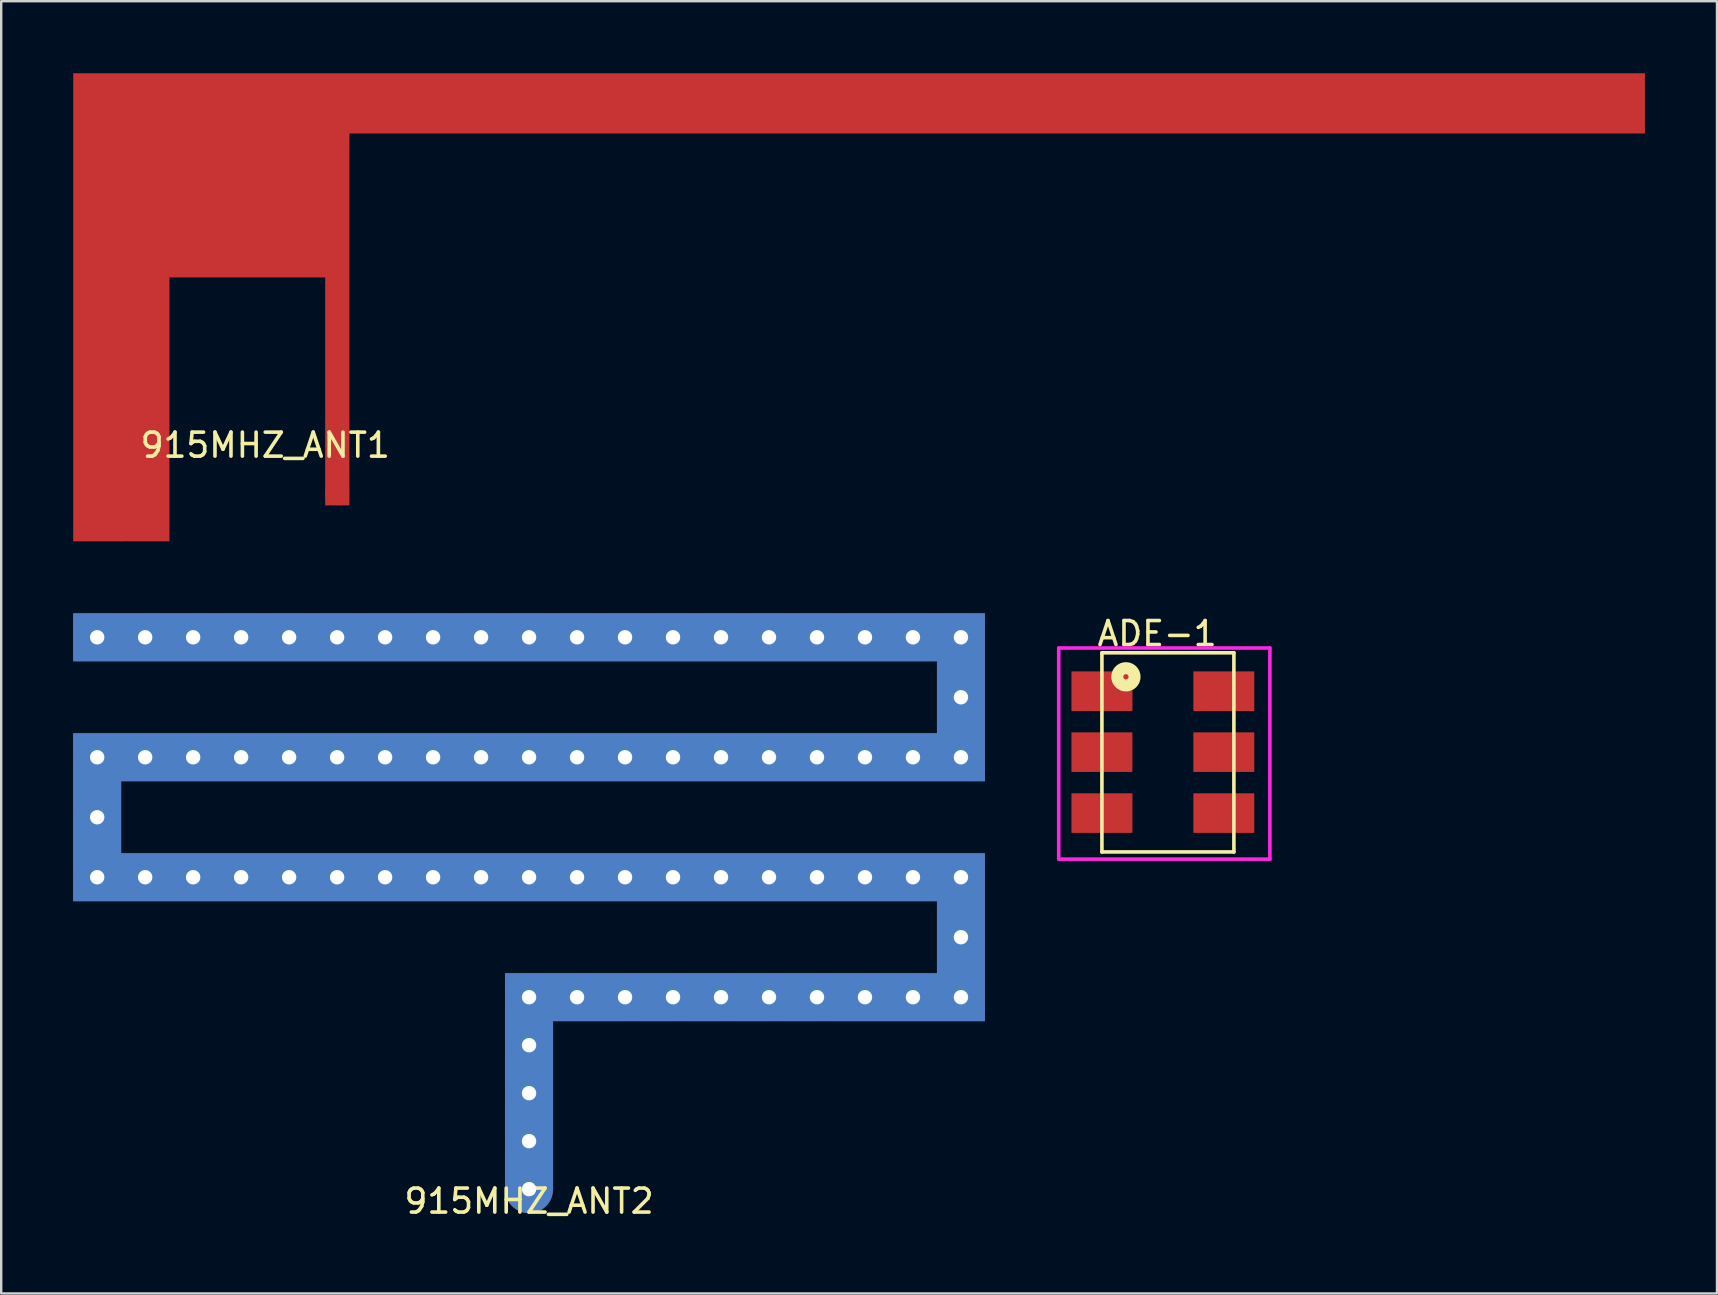
<source format=kicad_pcb>
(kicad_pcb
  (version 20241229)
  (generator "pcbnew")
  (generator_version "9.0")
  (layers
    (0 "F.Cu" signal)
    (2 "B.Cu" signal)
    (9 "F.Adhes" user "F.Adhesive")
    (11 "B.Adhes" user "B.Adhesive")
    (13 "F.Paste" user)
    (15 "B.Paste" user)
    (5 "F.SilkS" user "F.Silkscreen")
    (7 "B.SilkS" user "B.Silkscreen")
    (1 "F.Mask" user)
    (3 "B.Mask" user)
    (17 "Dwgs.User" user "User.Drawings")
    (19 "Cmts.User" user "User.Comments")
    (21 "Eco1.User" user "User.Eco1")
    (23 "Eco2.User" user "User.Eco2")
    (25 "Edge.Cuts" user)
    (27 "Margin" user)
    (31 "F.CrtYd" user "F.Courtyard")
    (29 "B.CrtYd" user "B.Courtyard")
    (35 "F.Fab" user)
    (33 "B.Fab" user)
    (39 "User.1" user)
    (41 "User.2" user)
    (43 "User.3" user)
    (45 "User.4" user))
  (footprint "915MHZ_ANT1"
    (layer "F.Cu")
    (at 11.005 19.005)
    (property "Reference" "915MHZ_ANT1" (at -3 -3.5 0) (layer "F.SilkS") (effects (font (size 1 1) (thickness 0.15))))
    (attr through_hole)
    (fp_poly (pts (xy -11 -19) (xy -11 0.5) (xy -7 0.5) (xy -7 -10.5) (xy -0.5 -10.5) (xy -0.5 -1) (xy 0.5 -1) (xy 0.5 -16.5) (xy 54.5 -16.5) (xy 54.5 -19)) (stroke (width 0.01) (type solid)) (fill yes) (layer "F.Cu"))
    (pad "1" smd circle (at 0 -1.5) (size 1 1) (layers "F.Cu" "F.Mask" "F.Paste"))
    (pad "2" smd circle (at -9 0) (size 1 1) (layers "F.Cu" "F.Mask" "F.Paste")))
  (footprint "915MHZ_ANT2"
    (layer "F.Cu")
    (at 19 46.511)
    (property "Reference" "915MHZ_ANT2" (at 0 0.5 0) (layer "F.SilkS") (effects (font (size 1 1) (thickness 0.15))))
    (attr through_hole)
    (fp_poly (pts (xy 0 0) (xy 1 0) (xy 1 -7) (xy 19 -7) (xy 19 -14) (xy -17 -14) (xy -17 -17) (xy 19 -17) (xy 19 -24) (xy -19 -24) (xy -19 -22) (xy 17 -22) (xy 17 -19) (xy -19 -19) (xy -19 -12) (xy 17 -12) (xy 17 -9) (xy -1 -9) (xy -1 0)) (stroke (width 0.001) (type solid)) (fill yes) (layer "F.Cu"))
    (fp_poly (pts (xy 0 0) (xy 1 0) (xy 1 -7) (xy 19 -7) (xy 19 -14) (xy -17 -14) (xy -17 -17) (xy 19 -17) (xy 19 -24) (xy -19 -24) (xy -19 -22) (xy 17 -22) (xy 17 -19) (xy -19 -19) (xy -19 -12) (xy 17 -12) (xy 17 -9) (xy -1 -9) (xy -1 0)) (stroke (width 0.001) (type solid)) (fill yes) (layer "B.Cu"))
    (pad "1" thru_hole circle (at -18 -23) (size 1 1) (drill 0.6) (layers "*.Cu"))
    (pad "1" thru_hole circle (at -18 -18) (size 1 1) (drill 0.6) (layers "*.Cu"))
    (pad "1" thru_hole circle (at -18 -15.5) (size 1 1) (drill 0.6) (layers "*.Cu"))
    (pad "1" thru_hole circle (at -18 -13) (size 1 1) (drill 0.6) (layers "*.Cu"))
    (pad "1" thru_hole circle (at -16 -23) (size 1 1) (drill 0.6) (layers "*.Cu"))
    (pad "1" thru_hole circle (at -16 -18) (size 1 1) (drill 0.6) (layers "*.Cu"))
    (pad "1" thru_hole circle (at -16 -13) (size 1 1) (drill 0.6) (layers "*.Cu"))
    (pad "1" thru_hole circle (at -14 -23) (size 1 1) (drill 0.6) (layers "*.Cu"))
    (pad "1" thru_hole circle (at -14 -18) (size 1 1) (drill 0.6) (layers "*.Cu"))
    (pad "1" thru_hole circle (at -14 -13) (size 1 1) (drill 0.6) (layers "*.Cu"))
    (pad "1" thru_hole circle (at -12 -23) (size 1 1) (drill 0.6) (layers "*.Cu"))
    (pad "1" thru_hole circle (at -12 -18) (size 1 1) (drill 0.6) (layers "*.Cu"))
    (pad "1" thru_hole circle (at -12 -13) (size 1 1) (drill 0.6) (layers "*.Cu"))
    (pad "1" thru_hole circle (at -10 -23) (size 1 1) (drill 0.6) (layers "*.Cu"))
    (pad "1" thru_hole circle (at -10 -18) (size 1 1) (drill 0.6) (layers "*.Cu"))
    (pad "1" thru_hole circle (at -10 -13) (size 1 1) (drill 0.6) (layers "*.Cu"))
    (pad "1" thru_hole circle (at -8 -23) (size 1 1) (drill 0.6) (layers "*.Cu"))
    (pad "1" thru_hole circle (at -8 -18) (size 1 1) (drill 0.6) (layers "*.Cu"))
    (pad "1" thru_hole circle (at -8 -13) (size 1 1) (drill 0.6) (layers "*.Cu"))
    (pad "1" thru_hole circle (at -6 -23) (size 1 1) (drill 0.6) (layers "*.Cu"))
    (pad "1" thru_hole circle (at -6 -18) (size 1 1) (drill 0.6) (layers "*.Cu"))
    (pad "1" thru_hole circle (at -6 -13) (size 1 1) (drill 0.6) (layers "*.Cu"))
    (pad "1" thru_hole circle (at -4 -23) (size 1 1) (drill 0.6) (layers "*.Cu"))
    (pad "1" thru_hole circle (at -4 -18) (size 1 1) (drill 0.6) (layers "*.Cu"))
    (pad "1" thru_hole circle (at -4 -13) (size 1 1) (drill 0.6) (layers "*.Cu"))
    (pad "1" thru_hole circle (at -2 -23) (size 1 1) (drill 0.6) (layers "*.Cu"))
    (pad "1" thru_hole circle (at -2 -18) (size 1 1) (drill 0.6) (layers "*.Cu"))
    (pad "1" thru_hole circle (at -2 -13) (size 1 1) (drill 0.6) (layers "*.Cu"))
    (pad "1" thru_hole circle (at 0 -23) (size 1 1) (drill 0.6) (layers "*.Cu"))
    (pad "1" thru_hole circle (at 0 -18) (size 1 1) (drill 0.6) (layers "*.Cu"))
    (pad "1" thru_hole circle (at 0 -13) (size 1 1) (drill 0.6) (layers "*.Cu"))
    (pad "1" thru_hole circle (at 0 -8) (size 1 1) (drill 0.6) (layers "*.Cu"))
    (pad "1" thru_hole circle (at 0 -6) (size 1 1) (drill 0.6) (layers "*.Cu"))
    (pad "1" thru_hole circle (at 0 -4) (size 1 1) (drill 0.6) (layers "*.Cu"))
    (pad "1" thru_hole circle (at 0 -2) (size 1 1) (drill 0.6) (layers "*.Cu"))
    (pad "1" thru_hole circle (at 0 0) (size 2 2) (drill 0.6) (layers "*.Cu" "*.Mask"))
    (pad "1" thru_hole circle (at 2 -23) (size 1 1) (drill 0.6) (layers "*.Cu"))
    (pad "1" thru_hole circle (at 2 -18) (size 1 1) (drill 0.6) (layers "*.Cu"))
    (pad "1" thru_hole circle (at 2 -13) (size 1 1) (drill 0.6) (layers "*.Cu"))
    (pad "1" thru_hole circle (at 2 -8) (size 1 1) (drill 0.6) (layers "*.Cu"))
    (pad "1" thru_hole circle (at 4 -23) (size 1 1) (drill 0.6) (layers "*.Cu"))
    (pad "1" thru_hole circle (at 4 -18) (size 1 1) (drill 0.6) (layers "*.Cu"))
    (pad "1" thru_hole circle (at 4 -13) (size 1 1) (drill 0.6) (layers "*.Cu"))
    (pad "1" thru_hole circle (at 4 -8) (size 1 1) (drill 0.6) (layers "*.Cu"))
    (pad "1" thru_hole circle (at 6 -23) (size 1 1) (drill 0.6) (layers "*.Cu"))
    (pad "1" thru_hole circle (at 6 -18) (size 1 1) (drill 0.6) (layers "*.Cu"))
    (pad "1" thru_hole circle (at 6 -13) (size 1 1) (drill 0.6) (layers "*.Cu"))
    (pad "1" thru_hole circle (at 6 -8) (size 1 1) (drill 0.6) (layers "*.Cu"))
    (pad "1" thru_hole circle (at 8 -23) (size 1 1) (drill 0.6) (layers "*.Cu"))
    (pad "1" thru_hole circle (at 8 -18) (size 1 1) (drill 0.6) (layers "*.Cu"))
    (pad "1" thru_hole circle (at 8 -13) (size 1 1) (drill 0.6) (layers "*.Cu"))
    (pad "1" thru_hole circle (at 8 -8) (size 1 1) (drill 0.6) (layers "*.Cu"))
    (pad "1" thru_hole circle (at 10 -23) (size 1 1) (drill 0.6) (layers "*.Cu"))
    (pad "1" thru_hole circle (at 10 -18) (size 1 1) (drill 0.6) (layers "*.Cu"))
    (pad "1" thru_hole circle (at 10 -13) (size 1 1) (drill 0.6) (layers "*.Cu"))
    (pad "1" thru_hole circle (at 10 -8) (size 1 1) (drill 0.6) (layers "*.Cu"))
    (pad "1" thru_hole circle (at 12 -23) (size 1 1) (drill 0.6) (layers "*.Cu"))
    (pad "1" thru_hole circle (at 12 -18) (size 1 1) (drill 0.6) (layers "*.Cu"))
    (pad "1" thru_hole circle (at 12 -13) (size 1 1) (drill 0.6) (layers "*.Cu"))
    (pad "1" thru_hole circle (at 12 -8) (size 1 1) (drill 0.6) (layers "*.Cu"))
    (pad "1" thru_hole circle (at 14 -23) (size 1 1) (drill 0.6) (layers "*.Cu"))
    (pad "1" thru_hole circle (at 14 -18) (size 1 1) (drill 0.6) (layers "*.Cu"))
    (pad "1" thru_hole circle (at 14 -13) (size 1 1) (drill 0.6) (layers "*.Cu"))
    (pad "1" thru_hole circle (at 14 -8) (size 1 1) (drill 0.6) (layers "*.Cu"))
    (pad "1" thru_hole circle (at 16 -23) (size 1 1) (drill 0.6) (layers "*.Cu"))
    (pad "1" thru_hole circle (at 16 -18) (size 1 1) (drill 0.6) (layers "*.Cu"))
    (pad "1" thru_hole circle (at 16 -13) (size 1 1) (drill 0.6) (layers "*.Cu"))
    (pad "1" thru_hole circle (at 16 -8) (size 1 1) (drill 0.6) (layers "*.Cu"))
    (pad "1" thru_hole circle (at 18 -23) (size 1 1) (drill 0.6) (layers "*.Cu"))
    (pad "1" thru_hole circle (at 18 -20.5) (size 1 1) (drill 0.6) (layers "*.Cu"))
    (pad "1" thru_hole circle (at 18 -18) (size 1 1) (drill 0.6) (layers "*.Cu"))
    (pad "1" thru_hole circle (at 18 -13) (size 1 1) (drill 0.6) (layers "*.Cu"))
    (pad "1" thru_hole circle (at 18 -10.5) (size 1 1) (drill 0.6) (layers "*.Cu"))
    (pad "1" thru_hole circle (at 18 -8) (size 1 1) (drill 0.6) (layers "*.Cu")))
  (footprint "ADE-1"
    (layer "F.Cu")
    (at 42.876 25.758)
    (property "Reference" "ADE-1" (at 2.3 -2.4 0) (layer "F.SilkS") (effects (font (size 1 1) (thickness 0.15))))
    (attr through_hole)
    (fp_line (start 0 -1.6) (end 5.5 -1.6) (stroke (width 0.15) (type solid)) (layer "F.SilkS"))
    (fp_line (start 0 6.7) (end 0 -1.6) (stroke (width 0.15) (type solid)) (layer "F.SilkS"))
    (fp_line (start 5.5 -1.6) (end 5.5 6.7) (stroke (width 0.15) (type solid)) (layer "F.SilkS"))
    (fp_line (start 5.5 6.7) (end 0 6.7) (stroke (width 0.15) (type solid)) (layer "F.SilkS"))
    (fp_circle (center 1 -0.6) (end 0.7 -0.8) (stroke (width 0.5) (type solid)) (fill no) (layer "F.SilkS"))
    (fp_line (start -1.8 -1.8) (end -1.8 7) (stroke (width 0.15) (type solid)) (layer "F.CrtYd"))
    (fp_line (start -1.8 -1.8) (end 7 -1.8) (stroke (width 0.15) (type solid)) (layer "F.CrtYd"))
    (fp_line (start -1.8 7) (end 7 7) (stroke (width 0.15) (type solid)) (layer "F.CrtYd"))
    (fp_line (start 7 -1.8) (end 7 7) (stroke (width 0.15) (type solid)) (layer "F.CrtYd"))
    (pad "1" smd rect (at 0 0) (size 2.54 1.65) (layers "F.Cu" "F.Mask" "F.Paste"))
    (pad "2" smd rect (at 0 2.54) (size 2.54 1.65) (layers "F.Cu" "F.Mask" "F.Paste"))
    (pad "3" smd rect (at 0 5.08) (size 2.54 1.65) (layers "F.Cu" "F.Mask" "F.Paste"))
    (pad "4" smd rect (at 5.08 5.08) (size 2.54 1.65) (layers "F.Cu" "F.Mask" "F.Paste"))
    (pad "5" smd rect (at 5.08 2.54) (size 2.54 1.65) (layers "F.Cu" "F.Mask" "F.Paste"))
    (pad "6" smd rect (at 5.08 0) (size 2.54 1.65) (layers "F.Cu" "F.Mask" "F.Paste")))
  (gr_rect
    (start -3 -3)
    (end 68.51 50.859)
    (stroke (width 0.1) (type default))
    (fill no)
    (layer "Edge.Cuts")))
</source>
